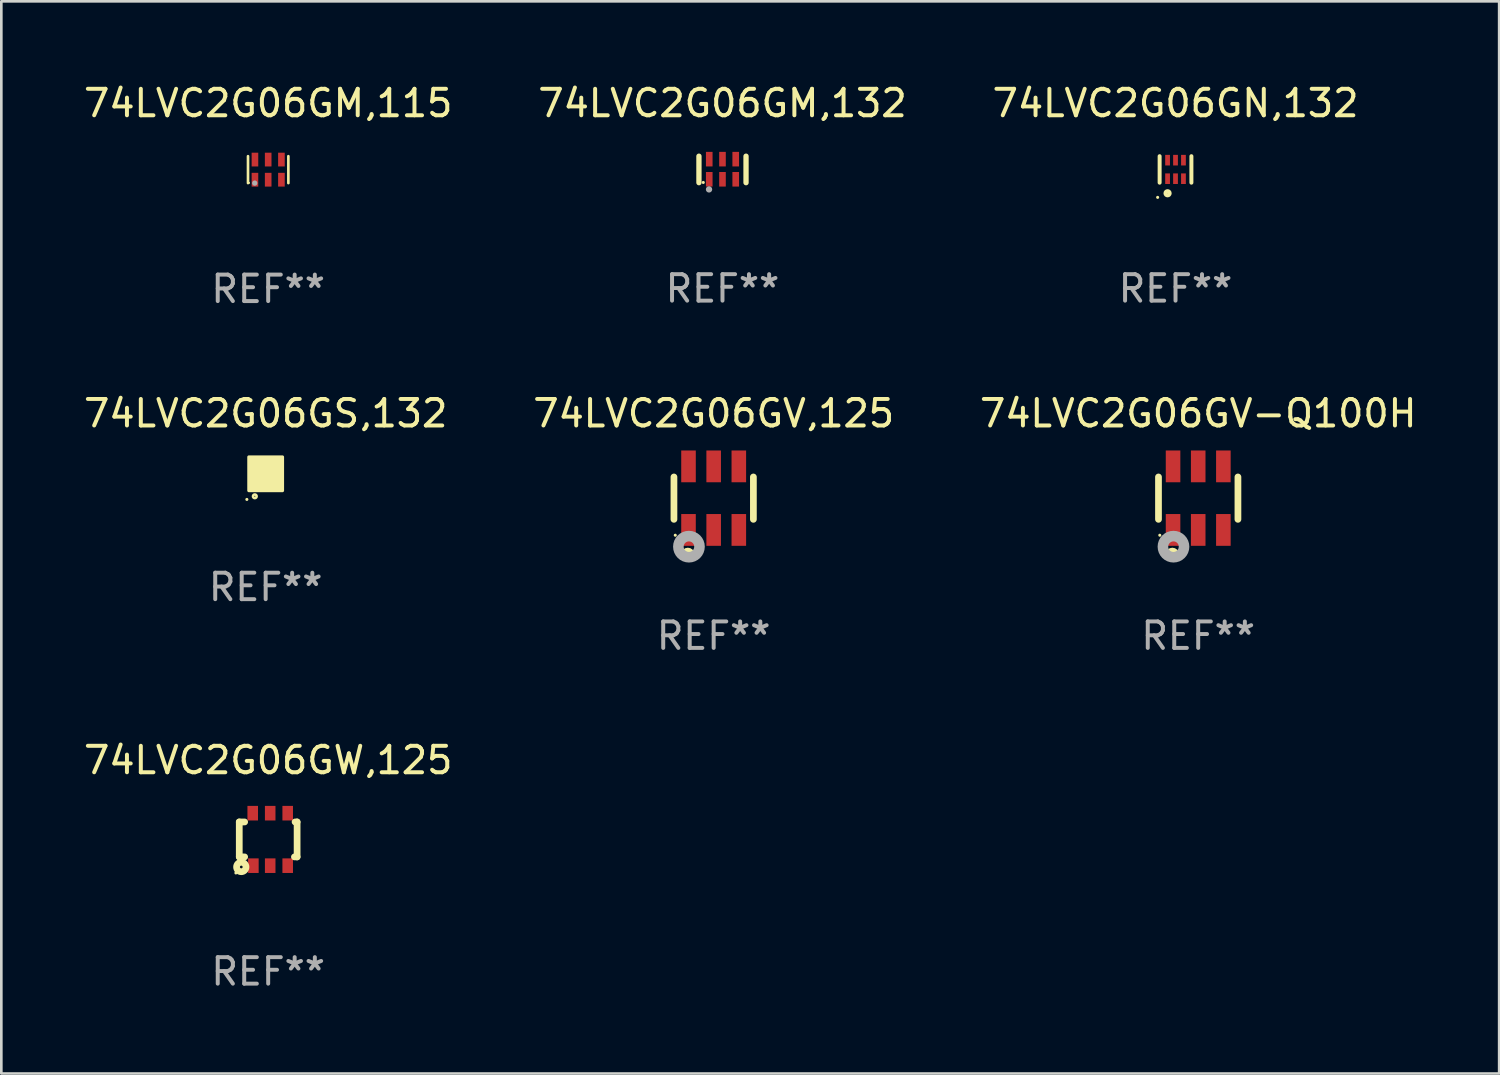
<source format=kicad_pcb>
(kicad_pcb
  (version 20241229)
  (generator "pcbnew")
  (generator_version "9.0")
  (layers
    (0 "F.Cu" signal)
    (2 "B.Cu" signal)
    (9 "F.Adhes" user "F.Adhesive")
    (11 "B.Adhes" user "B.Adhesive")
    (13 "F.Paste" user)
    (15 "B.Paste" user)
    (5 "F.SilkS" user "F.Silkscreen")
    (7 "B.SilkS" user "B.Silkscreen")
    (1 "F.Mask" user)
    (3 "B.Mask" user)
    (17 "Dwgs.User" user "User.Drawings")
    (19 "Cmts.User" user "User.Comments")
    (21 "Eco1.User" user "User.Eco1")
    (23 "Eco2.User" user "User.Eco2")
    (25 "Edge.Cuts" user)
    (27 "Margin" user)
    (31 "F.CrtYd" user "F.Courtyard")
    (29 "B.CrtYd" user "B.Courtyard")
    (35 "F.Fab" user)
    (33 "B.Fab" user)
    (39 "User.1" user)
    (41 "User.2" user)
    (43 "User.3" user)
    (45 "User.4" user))
  (footprint "74LVC2G06GS,132"
    (layer "F.Cu")
    (at 6.982 14.841)
    (property "Reference" "74LVC2G06GS,132" (at 0 -2.28 0) (layer "F.SilkS") (effects (font (size 1 1) (thickness 0.15))))
    (attr through_hole)
    (fp_circle (center -0.71 0.968) (end -0.68 0.968) (stroke (width 0.06) (type solid)) (fill no) (layer "F.SilkS"))
    (fp_circle (center -0.41 0.85) (end -0.342 0.85) (stroke (width 0.1) (type solid)) (fill no) (layer "F.SilkS"))
    (fp_poly (pts (xy -0.635 -0.635) (xy 0.635 -0.635) (xy 0.635 0.635) (xy -0.635 0.635)) (stroke (width 0.12) (type solid)) (fill yes) (layer "F.SilkS"))
    (fp_text user "REF**" (at 0 4.28 0) (layer "F.Fab") (effects (font (size 1 1) (thickness 0.15))))
    (pad "1" smd rect (at -0.35 0.28 90) (size 0.35 0.2) (layers "F.Cu" "F.Mask" "F.Paste"))
    (pad "2" smd rect (at 0 0.28 90) (size 0.35 0.2) (layers "F.Cu" "F.Mask" "F.Paste"))
    (pad "3" smd rect (at 0.35 0.28 90) (size 0.35 0.2) (layers "F.Cu" "F.Mask" "F.Paste"))
    (pad "4" smd rect (at 0.35 -0.28 90) (size 0.35 0.2) (layers "F.Cu" "F.Mask" "F.Paste"))
    (pad "5" smd rect (at 0 -0.28 90) (size 0.35 0.2) (layers "F.Cu" "F.Mask" "F.Paste"))
    (pad "6" smd rect (at -0.35 -0.28 90) (size 0.35 0.2) (layers "F.Cu" "F.Mask" "F.Paste")))
  (footprint "74LVC2G06GW,125"
    (layer "F.Cu")
    (at 7.077 28.648)
    (property "Reference" "74LVC2G06GW,125" (at 0 -2.991 0) (layer "F.SilkS") (effects (font (size 1 1) (thickness 0.15))))
    (attr through_hole)
    (fp_line (start -1.092 -0.66) (end -0.889 -0.66) (stroke (width 0.254) (type solid)) (layer "F.SilkS"))
    (fp_line (start -1.092 0.66) (end -1.092 -0.66) (stroke (width 0.254) (type solid)) (layer "F.SilkS"))
    (fp_line (start -0.889 0.66) (end -1.092 0.66) (stroke (width 0.254) (type solid)) (layer "F.SilkS"))
    (fp_line (start 0.991 0.66) (end 1.092 0.66) (stroke (width 0.254) (type solid)) (layer "F.SilkS"))
    (fp_line (start 1.092 -0.66) (end 1.016 -0.66) (stroke (width 0.254) (type solid)) (layer "F.SilkS"))
    (fp_line (start 1.092 0.66) (end 1.092 -0.66) (stroke (width 0.254) (type solid)) (layer "F.SilkS"))
    (fp_circle (center -1.219 1.266) (end -1.189 1.266) (stroke (width 0.06) (type solid)) (fill no) (layer "F.SilkS"))
    (fp_circle (center -1.016 1.041) (end -0.965 1.041) (stroke (width 0.254) (type solid)) (fill no) (layer "F.SilkS"))
    (fp_text user "REF**" (at 0 4.991 0) (layer "F.Fab") (effects (font (size 1 1) (thickness 0.15))))
    (pad "1" smd rect (at -0.559 0.991 180) (size 0.399 0.551) (layers "F.Cu" "F.Mask" "F.Paste"))
    (pad "2" smd rect (at 0.076 0.991 180) (size 0.399 0.551) (layers "F.Cu" "F.Mask" "F.Paste"))
    (pad "3" smd rect (at 0.737 0.991 180) (size 0.399 0.551) (layers "F.Cu" "F.Mask" "F.Paste"))
    (pad "4" smd rect (at 0.737 -0.991 180) (size 0.399 0.551) (layers "F.Cu" "F.Mask" "F.Paste"))
    (pad "5" smd rect (at 0.076 -0.991 180) (size 0.399 0.551) (layers "F.Cu" "F.Mask" "F.Paste"))
    (pad "6" smd rect (at -0.584 -0.991 180) (size 0.399 0.551) (layers "F.Cu" "F.Mask" "F.Paste")))
  (footprint "74LVC2G06GV-Q100H"
    (layer "F.Cu")
    (at 42.196 15.761)
    (property "Reference" "74LVC2G06GV-Q100H" (at 0 -3.2 0) (layer "F.SilkS") (effects (font (size 1 1) (thickness 0.15))))
    (attr through_hole)
    (fp_line (start -1.5 0.8) (end -1.5 -0.8) (stroke (width 0.254) (type solid)) (layer "F.SilkS"))
    (fp_line (start 1.5 -0.8) (end 1.5 0.8) (stroke (width 0.254) (type solid)) (layer "F.SilkS"))
    (fp_circle (center -1.45 1.4) (end -1.42 1.4) (stroke (width 0.06) (type solid)) (fill no) (layer "F.SilkS"))
    (fp_circle (center -0.975 2.125) (end -0.848 2.125) (stroke (width 0.254) (type solid)) (fill no) (layer "F.SilkS"))
    (fp_circle (center -0.934 1.832) (end -0.735 1.832) (stroke (width 0.4) (type solid)) (fill no) (layer "F.Fab"))
    (fp_text user "REF**" (at 0 5.2 0) (layer "F.Fab") (effects (font (size 1 1) (thickness 0.15))))
    (pad "1" smd rect (at -0.95 1.2) (size 0.55 1.2) (layers "F.Cu" "F.Mask" "F.Paste"))
    (pad "2" smd rect (at 0 1.2) (size 0.55 1.2) (layers "F.Cu" "F.Mask" "F.Paste"))
    (pad "3" smd rect (at 0.95 1.2) (size 0.55 1.2) (layers "F.Cu" "F.Mask" "F.Paste"))
    (pad "4" smd rect (at 0.95 -1.2) (size 0.55 1.2) (layers "F.Cu" "F.Mask" "F.Paste"))
    (pad "5" smd rect (at 0 -1.2) (size 0.55 1.2) (layers "F.Cu" "F.Mask" "F.Paste"))
    (pad "6" smd rect (at -0.95 -1.2) (size 0.55 1.2) (layers "F.Cu" "F.Mask" "F.Paste")))
  (footprint "74LVC2G06GV,125"
    (layer "F.Cu")
    (at 23.899 15.761)
    (property "Reference" "74LVC2G06GV,125" (at 0 -3.2 0) (layer "F.SilkS") (effects (font (size 1 1) (thickness 0.15))))
    (attr through_hole)
    (fp_line (start -1.5 0.8) (end -1.5 -0.8) (stroke (width 0.254) (type solid)) (layer "F.SilkS"))
    (fp_line (start 1.5 -0.8) (end 1.5 0.8) (stroke (width 0.254) (type solid)) (layer "F.SilkS"))
    (fp_circle (center -1.45 1.4) (end -1.42 1.4) (stroke (width 0.06) (type solid)) (fill no) (layer "F.SilkS"))
    (fp_circle (center -0.975 2.125) (end -0.848 2.125) (stroke (width 0.254) (type solid)) (fill no) (layer "F.SilkS"))
    (fp_circle (center -0.934 1.832) (end -0.735 1.832) (stroke (width 0.4) (type solid)) (fill no) (layer "F.Fab"))
    (fp_text user "REF**" (at 0 5.2 0) (layer "F.Fab") (effects (font (size 1 1) (thickness 0.15))))
    (pad "1" smd rect (at -0.95 1.2) (size 0.55 1.2) (layers "F.Cu" "F.Mask" "F.Paste"))
    (pad "2" smd rect (at 0 1.2) (size 0.55 1.2) (layers "F.Cu" "F.Mask" "F.Paste"))
    (pad "3" smd rect (at 0.95 1.2) (size 0.55 1.2) (layers "F.Cu" "F.Mask" "F.Paste"))
    (pad "4" smd rect (at 0.95 -1.2) (size 0.55 1.2) (layers "F.Cu" "F.Mask" "F.Paste"))
    (pad "5" smd rect (at 0 -1.2) (size 0.55 1.2) (layers "F.Cu" "F.Mask" "F.Paste"))
    (pad "6" smd rect (at -0.95 -1.2) (size 0.55 1.2) (layers "F.Cu" "F.Mask" "F.Paste")))
  (footprint "74LVC2G06GN,132"
    (layer "F.Cu")
    (at 41.339 3.348)
    (property "Reference" "74LVC2G06GN,132" (at 0 -2.5 0) (layer "F.SilkS") (effects (font (size 1 1) (thickness 0.15))))
    (attr through_hole)
    (fp_line (start -0.6 -0.5) (end -0.6 0.5) (stroke (width 0.15) (type solid)) (layer "F.SilkS"))
    (fp_line (start 0.6 0.5) (end 0.6 -0.5) (stroke (width 0.15) (type solid)) (layer "F.SilkS"))
    (fp_circle (center -0.675 1.055) (end -0.645 1.055) (stroke (width 0.06) (type solid)) (fill no) (layer "F.SilkS"))
    (fp_circle (center -0.3 0.9) (end -0.22 0.9) (stroke (width 0.15) (type solid)) (fill no) (layer "F.SilkS"))
    (fp_text user "REF**" (at 0 4.5 0) (layer "F.Fab") (effects (font (size 1 1) (thickness 0.15))))
    (pad "1" smd rect (at -0.3 0.35) (size 0.18 0.4) (layers "F.Cu" "F.Mask" "F.Paste"))
    (pad "2" smd rect (at 0.000025 0.35) (size 0.18 0.4) (layers "F.Cu" "F.Mask" "F.Paste"))
    (pad "3" smd rect (at 0.3 0.35) (size 0.18 0.4) (layers "F.Cu" "F.Mask" "F.Paste"))
    (pad "4" smd rect (at 0.3 -0.35) (size 0.18 0.4) (layers "F.Cu" "F.Mask" "F.Paste"))
    (pad "5" smd rect (at 0.000025 -0.35) (size 0.18 0.4) (layers "F.Cu" "F.Mask" "F.Paste"))
    (pad "6" smd rect (at -0.3 -0.35) (size 0.18 0.4) (layers "F.Cu" "F.Mask" "F.Paste")))
  (footprint "74LVC2G06GM,115"
    (layer "F.Cu")
    (at 7.077 3.356)
    (property "Reference" "74LVC2G06GM,115" (at 0 -2.508 0) (layer "F.SilkS") (effects (font (size 1 1) (thickness 0.15))))
    (attr through_hole)
    (fp_line (start -0.762 -0.508) (end -0.762 0.508) (stroke (width 0.1) (type solid)) (layer "F.SilkS"))
    (fp_line (start 0.762 -0.508) (end 0.762 0.508) (stroke (width 0.1) (type solid)) (layer "F.SilkS"))
    (fp_circle (center -0.725 0.5) (end -0.705 0.5) (stroke (width 0.04) (type solid)) (fill no) (layer "F.SilkS"))
    (fp_circle (center -0.508 0.508) (end -0.458 0.508) (stroke (width 0.1) (type solid)) (fill no) (layer "F.Fab"))
    (fp_text user "REF**" (at 0 4.508 0) (layer "F.Fab") (effects (font (size 1 1) (thickness 0.15))))
    (pad "1" smd rect (at -0.5 0.38) (size 0.25 0.52) (layers "F.Cu" "F.Mask" "F.Paste"))
    (pad "2" smd rect (at -0.000127 0.38) (size 0.25 0.52) (layers "F.Cu" "F.Mask" "F.Paste"))
    (pad "3" smd rect (at 0.5 0.38) (size 0.25 0.52) (layers "F.Cu" "F.Mask" "F.Paste"))
    (pad "4" smd rect (at 0.5 -0.38 180) (size 0.25 0.52) (layers "F.Cu" "F.Mask" "F.Paste"))
    (pad "5" smd rect (at -0.000127 -0.38 180) (size 0.25 0.52) (layers "F.Cu" "F.Mask" "F.Paste"))
    (pad "6" smd rect (at -0.5 -0.38 180) (size 0.25 0.52) (layers "F.Cu" "F.Mask" "F.Paste")))
  (footprint "74LVC2G06GM,132"
    (layer "F.Cu")
    (at 24.232 3.348)
    (property "Reference" "74LVC2G06GM,132" (at 0 -2.5 0) (layer "F.SilkS") (effects (font (size 1 1) (thickness 0.15))))
    (attr through_hole)
    (fp_line (start -0.889 0.5) (end -0.889 -0.5) (stroke (width 0.2) (type solid)) (layer "F.SilkS"))
    (fp_line (start 0.889 0.5) (end 0.889 -0.5) (stroke (width 0.2) (type solid)) (layer "F.SilkS"))
    (fp_circle (center -0.725 0.492) (end -0.695 0.492) (stroke (width 0.06) (type solid)) (fill no) (layer "F.SilkS"))
    (fp_circle (center -0.508 0.754) (end -0.448 0.754) (stroke (width 0.12) (type solid)) (fill no) (layer "F.Fab"))
    (fp_text user "REF**" (at 0 4.5 0) (layer "F.Fab") (effects (font (size 1 1) (thickness 0.15))))
    (pad "1" smd rect (at -0.5 0.372) (size 0.25 0.55) (layers "F.Cu" "F.Mask" "F.Paste"))
    (pad "2" smd rect (at -0.000127 0.372) (size 0.25 0.55) (layers "F.Cu" "F.Mask" "F.Paste"))
    (pad "3" smd rect (at 0.5 0.372) (size 0.25 0.55) (layers "F.Cu" "F.Mask" "F.Paste"))
    (pad "4" smd rect (at 0.5 -0.388 180) (size 0.25 0.55) (layers "F.Cu" "F.Mask" "F.Paste"))
    (pad "5" smd rect (at -0.000127 -0.388 180) (size 0.25 0.55) (layers "F.Cu" "F.Mask" "F.Paste"))
    (pad "6" smd rect (at -0.5 -0.388 180) (size 0.25 0.55) (layers "F.Cu" "F.Mask" "F.Paste")))
  (gr_rect
    (start -3 -3)
    (end 53.56 37.487)
    (stroke (width 0.1) (type default))
    (fill no)
    (layer "Edge.Cuts")))
</source>
